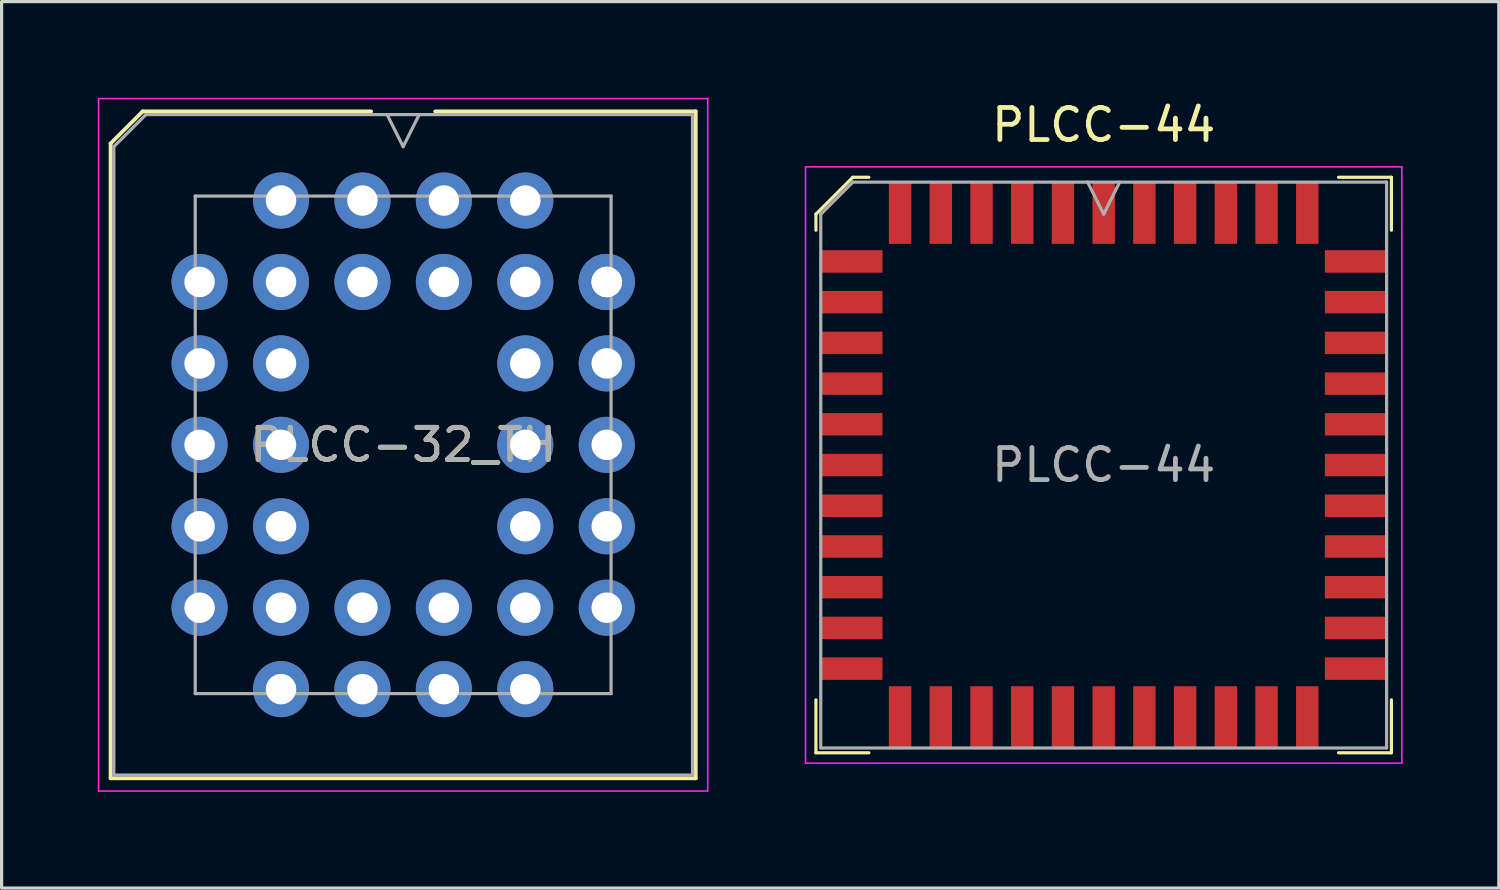
<source format=kicad_pcb>
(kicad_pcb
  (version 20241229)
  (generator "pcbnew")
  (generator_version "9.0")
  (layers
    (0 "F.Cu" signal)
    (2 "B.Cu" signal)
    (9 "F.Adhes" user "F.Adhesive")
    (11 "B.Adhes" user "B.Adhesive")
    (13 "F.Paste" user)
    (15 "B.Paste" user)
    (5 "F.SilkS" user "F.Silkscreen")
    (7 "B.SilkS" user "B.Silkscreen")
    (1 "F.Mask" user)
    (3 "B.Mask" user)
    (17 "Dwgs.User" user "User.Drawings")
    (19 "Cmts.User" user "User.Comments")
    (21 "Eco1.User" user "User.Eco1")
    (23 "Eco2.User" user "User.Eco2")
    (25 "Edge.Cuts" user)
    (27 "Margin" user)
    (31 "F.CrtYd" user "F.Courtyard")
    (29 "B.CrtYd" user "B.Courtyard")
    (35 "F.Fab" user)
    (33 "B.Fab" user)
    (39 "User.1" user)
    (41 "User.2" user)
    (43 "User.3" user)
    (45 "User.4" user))
  (footprint "PLCC-32_TH"
    (layer "F.Cu")
    (at 10.795 5.745)
    (property "Reference" "PLCC-32_TH" (at -1.27 5.08 0) (layer "F.SilkS") (effects (font (size 1 1) (thickness 0.15))))
    (attr through_hole)
    (fp_line (start -10.395 -4.32) (end -10.395 15.48) (stroke (width 0.12) (type solid)) (layer "F.SilkS"))
    (fp_line (start -10.395 15.48) (end 7.855 15.48) (stroke (width 0.12) (type solid)) (layer "F.SilkS"))
    (fp_line (start -9.395 -5.32) (end -10.395 -4.32) (stroke (width 0.12) (type solid)) (layer "F.SilkS"))
    (fp_line (start -2.27 -5.32) (end -9.395 -5.32) (stroke (width 0.12) (type solid)) (layer "F.SilkS"))
    (fp_line (start 7.855 -5.32) (end -0.27 -5.32) (stroke (width 0.12) (type solid)) (layer "F.SilkS"))
    (fp_line (start 7.855 15.48) (end 7.855 -5.32) (stroke (width 0.12) (type solid)) (layer "F.SilkS"))
    (fp_line (start -10.77 -5.72) (end -10.77 15.88) (stroke (width 0.05) (type solid)) (layer "F.CrtYd"))
    (fp_line (start -10.77 15.88) (end 8.23 15.88) (stroke (width 0.05) (type solid)) (layer "F.CrtYd"))
    (fp_line (start 8.23 -5.72) (end -10.77 -5.72) (stroke (width 0.05) (type solid)) (layer "F.CrtYd"))
    (fp_line (start 8.23 15.88) (end 8.23 -5.72) (stroke (width 0.05) (type solid)) (layer "F.CrtYd"))
    (fp_line (start -10.295 -4.22) (end -10.295 15.38) (stroke (width 0.1) (type solid)) (layer "F.Fab"))
    (fp_line (start -10.295 15.38) (end 7.755 15.38) (stroke (width 0.1) (type solid)) (layer "F.Fab"))
    (fp_line (start -9.295 -5.22) (end -10.295 -4.22) (stroke (width 0.1) (type solid)) (layer "F.Fab"))
    (fp_line (start -7.755 -2.68) (end -7.755 12.84) (stroke (width 0.1) (type solid)) (layer "F.Fab"))
    (fp_line (start -7.755 12.84) (end 5.215 12.84) (stroke (width 0.1) (type solid)) (layer "F.Fab"))
    (fp_line (start -1.77 -5.22) (end -1.27 -4.22) (stroke (width 0.1) (type solid)) (layer "F.Fab"))
    (fp_line (start -1.27 -4.22) (end -0.77 -5.22) (stroke (width 0.1) (type solid)) (layer "F.Fab"))
    (fp_line (start 5.215 -2.68) (end -7.755 -2.68) (stroke (width 0.1) (type solid)) (layer "F.Fab"))
    (fp_line (start 5.215 12.84) (end 5.215 -2.68) (stroke (width 0.1) (type solid)) (layer "F.Fab"))
    (fp_line (start 7.755 -5.22) (end -9.295 -5.22) (stroke (width 0.1) (type solid)) (layer "F.Fab"))
    (fp_line (start 7.755 15.38) (end 7.755 -5.22) (stroke (width 0.1) (type solid)) (layer "F.Fab"))
    (fp_text user "${REFERENCE}" (at -1.27 5.08 0) (layer "F.Fab") (effects (font (size 1 1) (thickness 0.15))))
    (pad "1" thru_hole circle (at 0 0) (size 1.75 1.75) (drill 0.95) (layers "*.Cu" "*.Mask"))
    (pad "2" thru_hole circle (at -2.54 -2.54) (size 1.75 1.75) (drill 0.95) (layers "*.Cu" "*.Mask"))
    (pad "3" thru_hole circle (at -2.54 0) (size 1.75 1.75) (drill 0.95) (layers "*.Cu" "*.Mask"))
    (pad "4" thru_hole circle (at -5.08 -2.54) (size 1.75 1.75) (drill 0.95) (layers "*.Cu" "*.Mask"))
    (pad "5" thru_hole circle (at -7.62 0) (size 1.75 1.75) (drill 0.95) (layers "*.Cu" "*.Mask"))
    (pad "6" thru_hole circle (at -5.08 0) (size 1.75 1.75) (drill 0.95) (layers "*.Cu" "*.Mask"))
    (pad "7" thru_hole circle (at -7.62 2.54) (size 1.75 1.75) (drill 0.95) (layers "*.Cu" "*.Mask"))
    (pad "8" thru_hole circle (at -5.08 2.54) (size 1.75 1.75) (drill 0.95) (layers "*.Cu" "*.Mask"))
    (pad "9" thru_hole circle (at -7.62 5.08) (size 1.75 1.75) (drill 0.95) (layers "*.Cu" "*.Mask"))
    (pad "10" thru_hole circle (at -5.08 5.08) (size 1.75 1.75) (drill 0.95) (layers "*.Cu" "*.Mask"))
    (pad "11" thru_hole circle (at -7.62 7.62) (size 1.75 1.75) (drill 0.95) (layers "*.Cu" "*.Mask"))
    (pad "12" thru_hole circle (at -5.08 7.62) (size 1.75 1.75) (drill 0.95) (layers "*.Cu" "*.Mask"))
    (pad "13" thru_hole circle (at -7.62 10.16) (size 1.75 1.75) (drill 0.95) (layers "*.Cu" "*.Mask"))
    (pad "14" thru_hole circle (at -5.08 12.7) (size 1.75 1.75) (drill 0.95) (layers "*.Cu" "*.Mask"))
    (pad "15" thru_hole circle (at -5.08 10.16) (size 1.75 1.75) (drill 0.95) (layers "*.Cu" "*.Mask"))
    (pad "16" thru_hole circle (at -2.54 12.7) (size 1.75 1.75) (drill 0.95) (layers "*.Cu" "*.Mask"))
    (pad "17" thru_hole circle (at -2.54 10.16) (size 1.75 1.75) (drill 0.95) (layers "*.Cu" "*.Mask"))
    (pad "18" thru_hole circle (at 0 12.7) (size 1.75 1.75) (drill 0.95) (layers "*.Cu" "*.Mask"))
    (pad "19" thru_hole circle (at 0 10.16) (size 1.75 1.75) (drill 0.95) (layers "*.Cu" "*.Mask"))
    (pad "20" thru_hole circle (at 2.54 12.7) (size 1.75 1.75) (drill 0.95) (layers "*.Cu" "*.Mask"))
    (pad "21" thru_hole circle (at 5.08 10.16) (size 1.75 1.75) (drill 0.95) (layers "*.Cu" "*.Mask"))
    (pad "22" thru_hole circle (at 2.54 10.16) (size 1.75 1.75) (drill 0.95) (layers "*.Cu" "*.Mask"))
    (pad "23" thru_hole circle (at 5.08 7.62) (size 1.75 1.75) (drill 0.95) (layers "*.Cu" "*.Mask"))
    (pad "24" thru_hole circle (at 2.54 7.62) (size 1.75 1.75) (drill 0.95) (layers "*.Cu" "*.Mask"))
    (pad "25" thru_hole circle (at 5.08 5.08) (size 1.75 1.75) (drill 0.95) (layers "*.Cu" "*.Mask"))
    (pad "26" thru_hole circle (at 2.54 5.08) (size 1.75 1.75) (drill 0.95) (layers "*.Cu" "*.Mask"))
    (pad "27" thru_hole circle (at 5.08 2.54) (size 1.75 1.75) (drill 0.95) (layers "*.Cu" "*.Mask"))
    (pad "28" thru_hole circle (at 2.54 2.54) (size 1.75 1.75) (drill 0.95) (layers "*.Cu" "*.Mask"))
    (pad "29" thru_hole circle (at 5.08 0) (size 1.75 1.75) (drill 0.95) (layers "*.Cu" "*.Mask"))
    (pad "29" thru_hole circle (at 5.08 0) (size 1.75 1.75) (drill 0.95) (layers "*.Cu" "*.Mask"))
    (pad "30" thru_hole circle (at 2.54 -2.54) (size 1.75 1.75) (drill 0.95) (layers "*.Cu" "*.Mask"))
    (pad "31" thru_hole circle (at 2.54 0) (size 1.75 1.75) (drill 0.95) (layers "*.Cu" "*.Mask"))
    (pad "32" thru_hole circle (at 0 -2.54) (size 1.75 1.75) (drill 0.95) (layers "*.Cu" "*.Mask")))
  (footprint "PLCC-44"
    (layer "F.Cu")
    (at 31.375 11.455)
    (property "Reference" "PLCC-44" (at 0 -10.607 0) (layer "F.SilkS") (effects (font (size 1 1) (thickness 0.15))))
    (attr smd)
    (fp_line (start -8.975 -7.825) (end -8.975 -7.325) (stroke (width 0.1) (type solid)) (layer "F.SilkS"))
    (fp_line (start -8.975 8.975) (end -8.975 7.325) (stroke (width 0.1) (type solid)) (layer "F.SilkS"))
    (fp_line (start -7.825 -8.975) (end -8.975 -7.825) (stroke (width 0.1) (type solid)) (layer "F.SilkS"))
    (fp_line (start -7.325 -8.975) (end -7.825 -8.975) (stroke (width 0.1) (type solid)) (layer "F.SilkS"))
    (fp_line (start -7.325 8.975) (end -8.975 8.975) (stroke (width 0.1) (type solid)) (layer "F.SilkS"))
    (fp_line (start 7.325 -8.975) (end 8.975 -8.975) (stroke (width 0.1) (type solid)) (layer "F.SilkS"))
    (fp_line (start 7.325 8.975) (end 8.975 8.975) (stroke (width 0.1) (type solid)) (layer "F.SilkS"))
    (fp_line (start 8.975 -8.975) (end 8.975 -7.325) (stroke (width 0.1) (type solid)) (layer "F.SilkS"))
    (fp_line (start 8.975 8.975) (end 8.975 7.325) (stroke (width 0.1) (type solid)) (layer "F.SilkS"))
    (fp_line (start -9.3 -9.3) (end -9.3 9.3) (stroke (width 0.05) (type solid)) (layer "F.CrtYd"))
    (fp_line (start -9.3 9.3) (end 9.3 9.3) (stroke (width 0.05) (type solid)) (layer "F.CrtYd"))
    (fp_line (start 9.3 -9.3) (end -9.3 -9.3) (stroke (width 0.05) (type solid)) (layer "F.CrtYd"))
    (fp_line (start 9.3 9.3) (end 9.3 -9.3) (stroke (width 0.05) (type solid)) (layer "F.CrtYd"))
    (fp_line (start -8.825 -7.825) (end -8.825 8.825) (stroke (width 0.1) (type solid)) (layer "F.Fab"))
    (fp_line (start -8.825 8.825) (end 8.825 8.825) (stroke (width 0.1) (type solid)) (layer "F.Fab"))
    (fp_line (start -7.825 -8.825) (end -8.825 -7.825) (stroke (width 0.1) (type solid)) (layer "F.Fab"))
    (fp_line (start -0.5 -8.825) (end 0 -7.825) (stroke (width 0.1) (type solid)) (layer "F.Fab"))
    (fp_line (start 0 -7.825) (end 0.5 -8.825) (stroke (width 0.1) (type solid)) (layer "F.Fab"))
    (fp_line (start 8.825 -8.825) (end -7.825 -8.825) (stroke (width 0.1) (type solid)) (layer "F.Fab"))
    (fp_line (start 8.825 8.825) (end 8.825 -8.825) (stroke (width 0.1) (type solid)) (layer "F.Fab"))
    (fp_text user "${REFERENCE}" (at 0 0 0) (layer "F.Fab") (effects (font (size 1 1) (thickness 0.15))))
    (pad "1" smd rect (at 0 -7.862) (size 0.7 1.925) (layers "F.Cu" "F.Mask" "F.Paste"))
    (pad "2" smd rect (at -1.27 -7.862) (size 0.7 1.925) (layers "F.Cu" "F.Mask" "F.Paste"))
    (pad "3" smd rect (at -2.54 -7.862) (size 0.7 1.925) (layers "F.Cu" "F.Mask" "F.Paste"))
    (pad "4" smd rect (at -3.81 -7.862) (size 0.7 1.925) (layers "F.Cu" "F.Mask" "F.Paste"))
    (pad "5" smd rect (at -5.08 -7.862) (size 0.7 1.925) (layers "F.Cu" "F.Mask" "F.Paste"))
    (pad "6" smd rect (at -6.35 -7.862) (size 0.7 1.925) (layers "F.Cu" "F.Mask" "F.Paste"))
    (pad "7" smd rect (at -7.862 -6.35) (size 1.925 0.7) (layers "F.Cu" "F.Mask" "F.Paste"))
    (pad "8" smd rect (at -7.862 -5.08) (size 1.925 0.7) (layers "F.Cu" "F.Mask" "F.Paste"))
    (pad "9" smd rect (at -7.862 -3.81) (size 1.925 0.7) (layers "F.Cu" "F.Mask" "F.Paste"))
    (pad "10" smd rect (at -7.862 -2.54) (size 1.925 0.7) (layers "F.Cu" "F.Mask" "F.Paste"))
    (pad "11" smd rect (at -7.862 -1.27) (size 1.925 0.7) (layers "F.Cu" "F.Mask" "F.Paste"))
    (pad "12" smd rect (at -7.862 0) (size 1.925 0.7) (layers "F.Cu" "F.Mask" "F.Paste"))
    (pad "13" smd rect (at -7.862 1.27) (size 1.925 0.7) (layers "F.Cu" "F.Mask" "F.Paste"))
    (pad "14" smd rect (at -7.862 2.54) (size 1.925 0.7) (layers "F.Cu" "F.Mask" "F.Paste"))
    (pad "15" smd rect (at -7.862 3.81) (size 1.925 0.7) (layers "F.Cu" "F.Mask" "F.Paste"))
    (pad "16" smd rect (at -7.862 5.08) (size 1.925 0.7) (layers "F.Cu" "F.Mask" "F.Paste"))
    (pad "17" smd rect (at -7.862 6.35) (size 1.925 0.7) (layers "F.Cu" "F.Mask" "F.Paste"))
    (pad "18" smd rect (at -6.35 7.862) (size 0.7 1.925) (layers "F.Cu" "F.Mask" "F.Paste"))
    (pad "19" smd rect (at -5.08 7.862) (size 0.7 1.925) (layers "F.Cu" "F.Mask" "F.Paste"))
    (pad "20" smd rect (at -3.81 7.862) (size 0.7 1.925) (layers "F.Cu" "F.Mask" "F.Paste"))
    (pad "21" smd rect (at -2.54 7.862) (size 0.7 1.925) (layers "F.Cu" "F.Mask" "F.Paste"))
    (pad "22" smd rect (at -1.27 7.862) (size 0.7 1.925) (layers "F.Cu" "F.Mask" "F.Paste"))
    (pad "23" smd rect (at 0 7.862) (size 0.7 1.925) (layers "F.Cu" "F.Mask" "F.Paste"))
    (pad "24" smd rect (at 1.27 7.862) (size 0.7 1.925) (layers "F.Cu" "F.Mask" "F.Paste"))
    (pad "25" smd rect (at 2.54 7.862) (size 0.7 1.925) (layers "F.Cu" "F.Mask" "F.Paste"))
    (pad "26" smd rect (at 3.81 7.862) (size 0.7 1.925) (layers "F.Cu" "F.Mask" "F.Paste"))
    (pad "27" smd rect (at 5.08 7.862) (size 0.7 1.925) (layers "F.Cu" "F.Mask" "F.Paste"))
    (pad "28" smd rect (at 6.35 7.862) (size 0.7 1.925) (layers "F.Cu" "F.Mask" "F.Paste"))
    (pad "29" smd rect (at 7.862 6.35) (size 1.925 0.7) (layers "F.Cu" "F.Mask" "F.Paste"))
    (pad "30" smd rect (at 7.862 5.08) (size 1.925 0.7) (layers "F.Cu" "F.Mask" "F.Paste"))
    (pad "31" smd rect (at 7.862 3.81) (size 1.925 0.7) (layers "F.Cu" "F.Mask" "F.Paste"))
    (pad "32" smd rect (at 7.862 2.54) (size 1.925 0.7) (layers "F.Cu" "F.Mask" "F.Paste"))
    (pad "33" smd rect (at 7.862 1.27) (size 1.925 0.7) (layers "F.Cu" "F.Mask" "F.Paste"))
    (pad "34" smd rect (at 7.862 0) (size 1.925 0.7) (layers "F.Cu" "F.Mask" "F.Paste"))
    (pad "35" smd rect (at 7.862 -1.27) (size 1.925 0.7) (layers "F.Cu" "F.Mask" "F.Paste"))
    (pad "36" smd rect (at 7.862 -2.54) (size 1.925 0.7) (layers "F.Cu" "F.Mask" "F.Paste"))
    (pad "37" smd rect (at 7.862 -3.81) (size 1.925 0.7) (layers "F.Cu" "F.Mask" "F.Paste"))
    (pad "38" smd rect (at 7.862 -5.08) (size 1.925 0.7) (layers "F.Cu" "F.Mask" "F.Paste"))
    (pad "39" smd rect (at 7.862 -6.35) (size 1.925 0.7) (layers "F.Cu" "F.Mask" "F.Paste"))
    (pad "40" smd rect (at 6.35 -7.862) (size 0.7 1.925) (layers "F.Cu" "F.Mask" "F.Paste"))
    (pad "41" smd rect (at 5.08 -7.862) (size 0.7 1.925) (layers "F.Cu" "F.Mask" "F.Paste"))
    (pad "42" smd rect (at 3.81 -7.862) (size 0.7 1.925) (layers "F.Cu" "F.Mask" "F.Paste"))
    (pad "43" smd rect (at 2.54 -7.862) (size 0.7 1.925) (layers "F.Cu" "F.Mask" "F.Paste"))
    (pad "44" smd rect (at 1.27 -7.862) (size 0.7 1.925) (layers "F.Cu" "F.Mask" "F.Paste")))
  (gr_rect
    (start -3 -3)
    (end 43.7 24.65)
    (stroke (width 0.1) (type default))
    (fill no)
    (layer "Edge.Cuts")))
</source>
